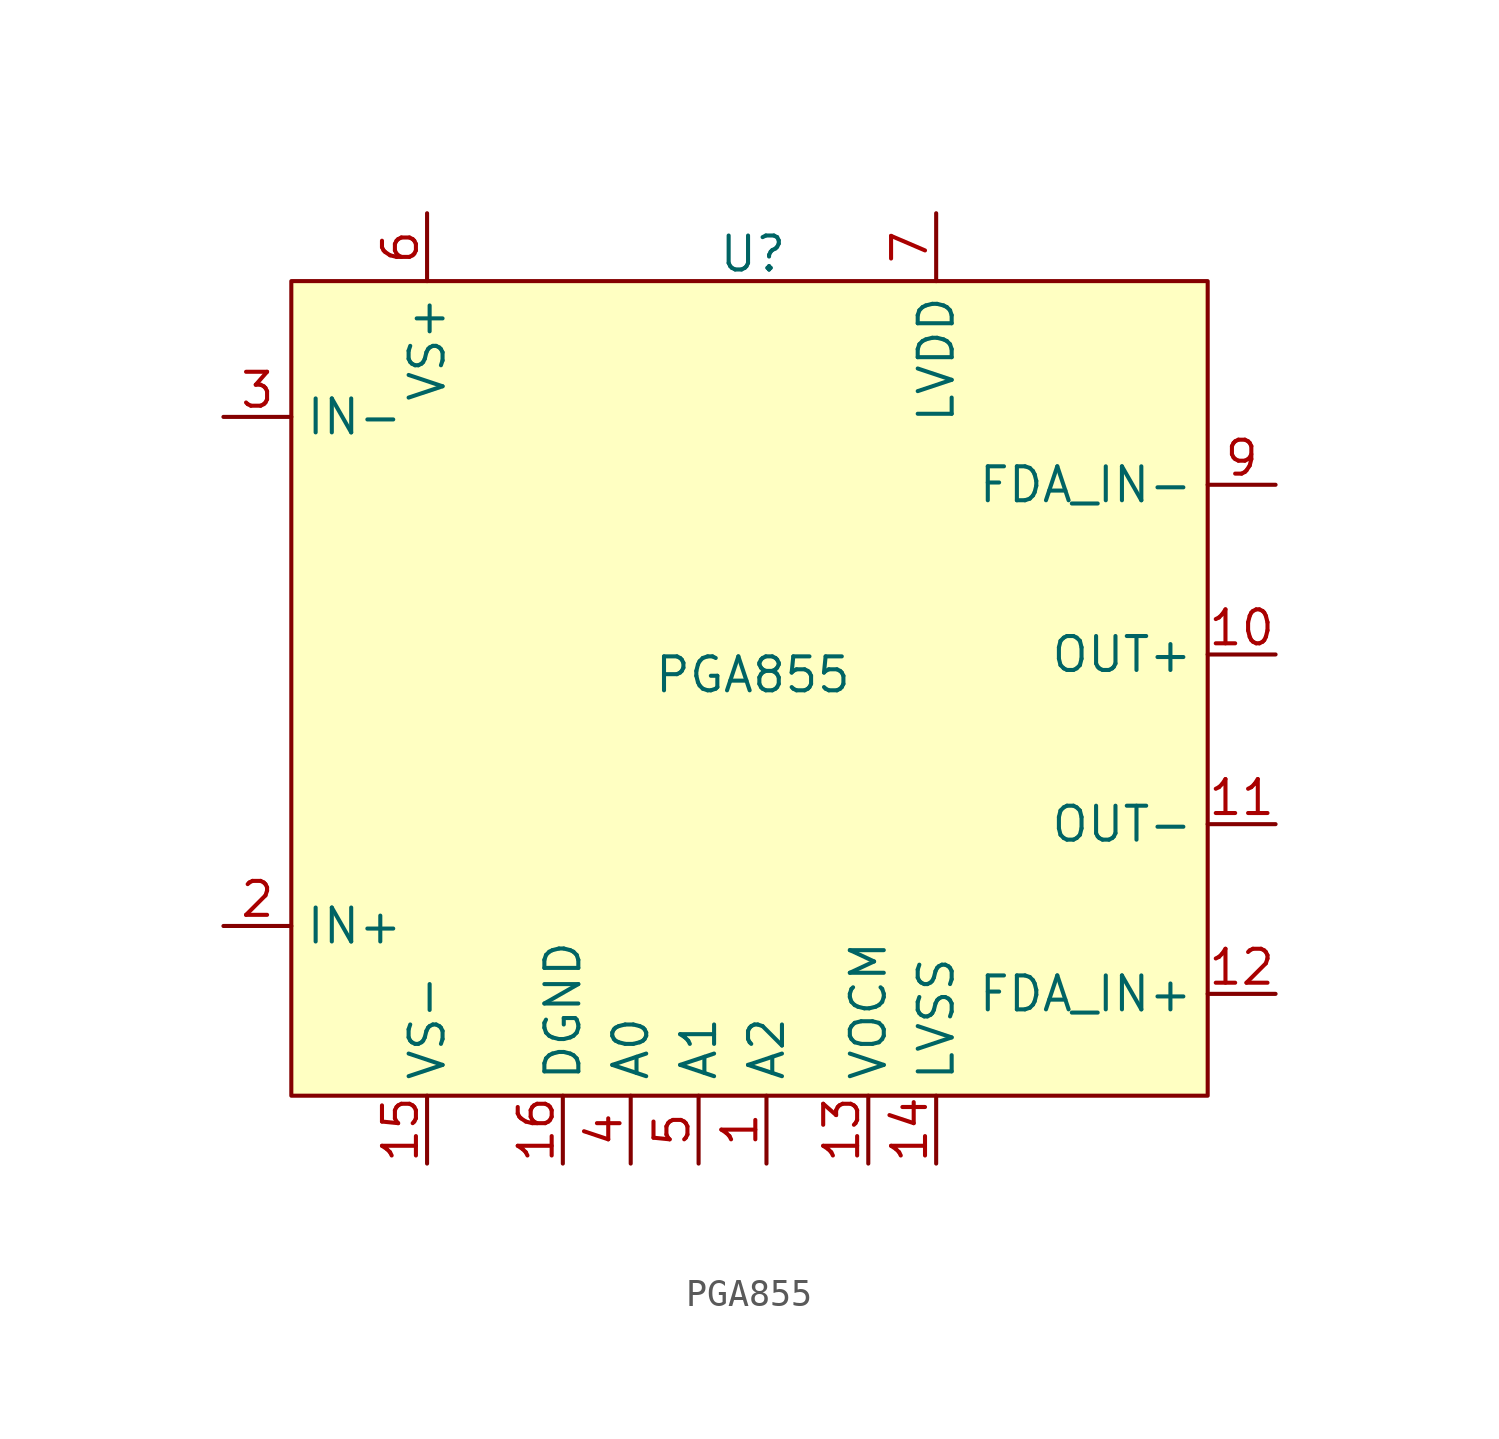
<source format=kicad_sym>
(kicad_symbol_lib
  (version 20231120)
  (generator "kicad_symbol_editor")
  (generator_version "8.0")
  (symbol "PGA855"
    (property "Reference" "U"
      (at -0.508 16.256 0)
      (effects (font (size 1.27 1.27))))
    (property "Value" "PGA855"
      (at -0.508 0.508 0)
      (effects (font (size 1.27 1.27))))
    (symbol "PGA855_1_1"
      (rectangle (start -17.78 15.24) (end 16.51 -15.24) (stroke (width 0) (type default)) (fill (type background)))
      (pin input line (at 0 -17.78 90) (length 2.54) (name "A2" (effects (font (size 1.27 1.27)))) (number "1" (effects (font (size 1.27 1.27)))))
      (pin output line (at 19.05 1.27 180) (length 2.54) (name "OUT+" (effects (font (size 1.27 1.27)))) (number "10" (effects (font (size 1.27 1.27)))))
      (pin output line (at 19.05 -5.08 180) (length 2.54) (name "OUT-" (effects (font (size 1.27 1.27)))) (number "11" (effects (font (size 1.27 1.27)))))
      (pin input line (at 19.05 -11.43 180) (length 2.54) (name "FDA_IN+" (effects (font (size 1.27 1.27)))) (number "12" (effects (font (size 1.27 1.27)))))
      (pin input line (at 3.81 -17.78 90) (length 2.54) (name "VOCM" (effects (font (size 1.27 1.27)))) (number "13" (effects (font (size 1.27 1.27)))))
      (pin power_in line (at 6.35 -17.78 90) (length 2.54) (name "LVSS" (effects (font (size 1.27 1.27)))) (number "14" (effects (font (size 1.27 1.27)))))
      (pin power_in line (at -12.7 -17.78 90) (length 2.54) (name "VS-" (effects (font (size 1.27 1.27)))) (number "15" (effects (font (size 1.27 1.27)))))
      (pin power_in line (at -7.62 -17.78 90) (length 2.54) (name "DGND" (effects (font (size 1.27 1.27)))) (number "16" (effects (font (size 1.27 1.27)))))
      (pin no_connect line (at -20.32 -1.27 0) (length 2.54) hide (name "THERMALPAD" (effects (font (size 1.27 1.27)))) (number "17" (effects (font (size 1.27 1.27)))))
      (pin input line (at -20.32 -8.89 0) (length 2.54) (name "IN+" (effects (font (size 1.27 1.27)))) (number "2" (effects (font (size 1.27 1.27)))))
      (pin input line (at -20.32 10.16 0) (length 2.54) (name "IN-" (effects (font (size 1.27 1.27)))) (number "3" (effects (font (size 1.27 1.27)))))
      (pin input line (at -5.08 -17.78 90) (length 2.54) (name "A0" (effects (font (size 1.27 1.27)))) (number "4" (effects (font (size 1.27 1.27)))))
      (pin input line (at -2.54 -17.78 90) (length 2.54) (name "A1" (effects (font (size 1.27 1.27)))) (number "5" (effects (font (size 1.27 1.27)))))
      (pin power_in line (at -12.7 17.78 270) (length 2.54) (name "VS+" (effects (font (size 1.27 1.27)))) (number "6" (effects (font (size 1.27 1.27)))))
      (pin power_in line (at 6.35 17.78 270) (length 2.54) (name "LVDD" (effects (font (size 1.27 1.27)))) (number "7" (effects (font (size 1.27 1.27)))))
      (pin no_connect line (at -20.32 2.54 0) (length 2.54) hide (name "NC" (effects (font (size 1.27 1.27)))) (number "8" (effects (font (size 1.27 1.27)))))
      (pin input line (at 19.05 7.62 180) (length 2.54) (name "FDA_IN-" (effects (font (size 1.27 1.27)))) (number "9" (effects (font (size 1.27 1.27))))))))
</source>
